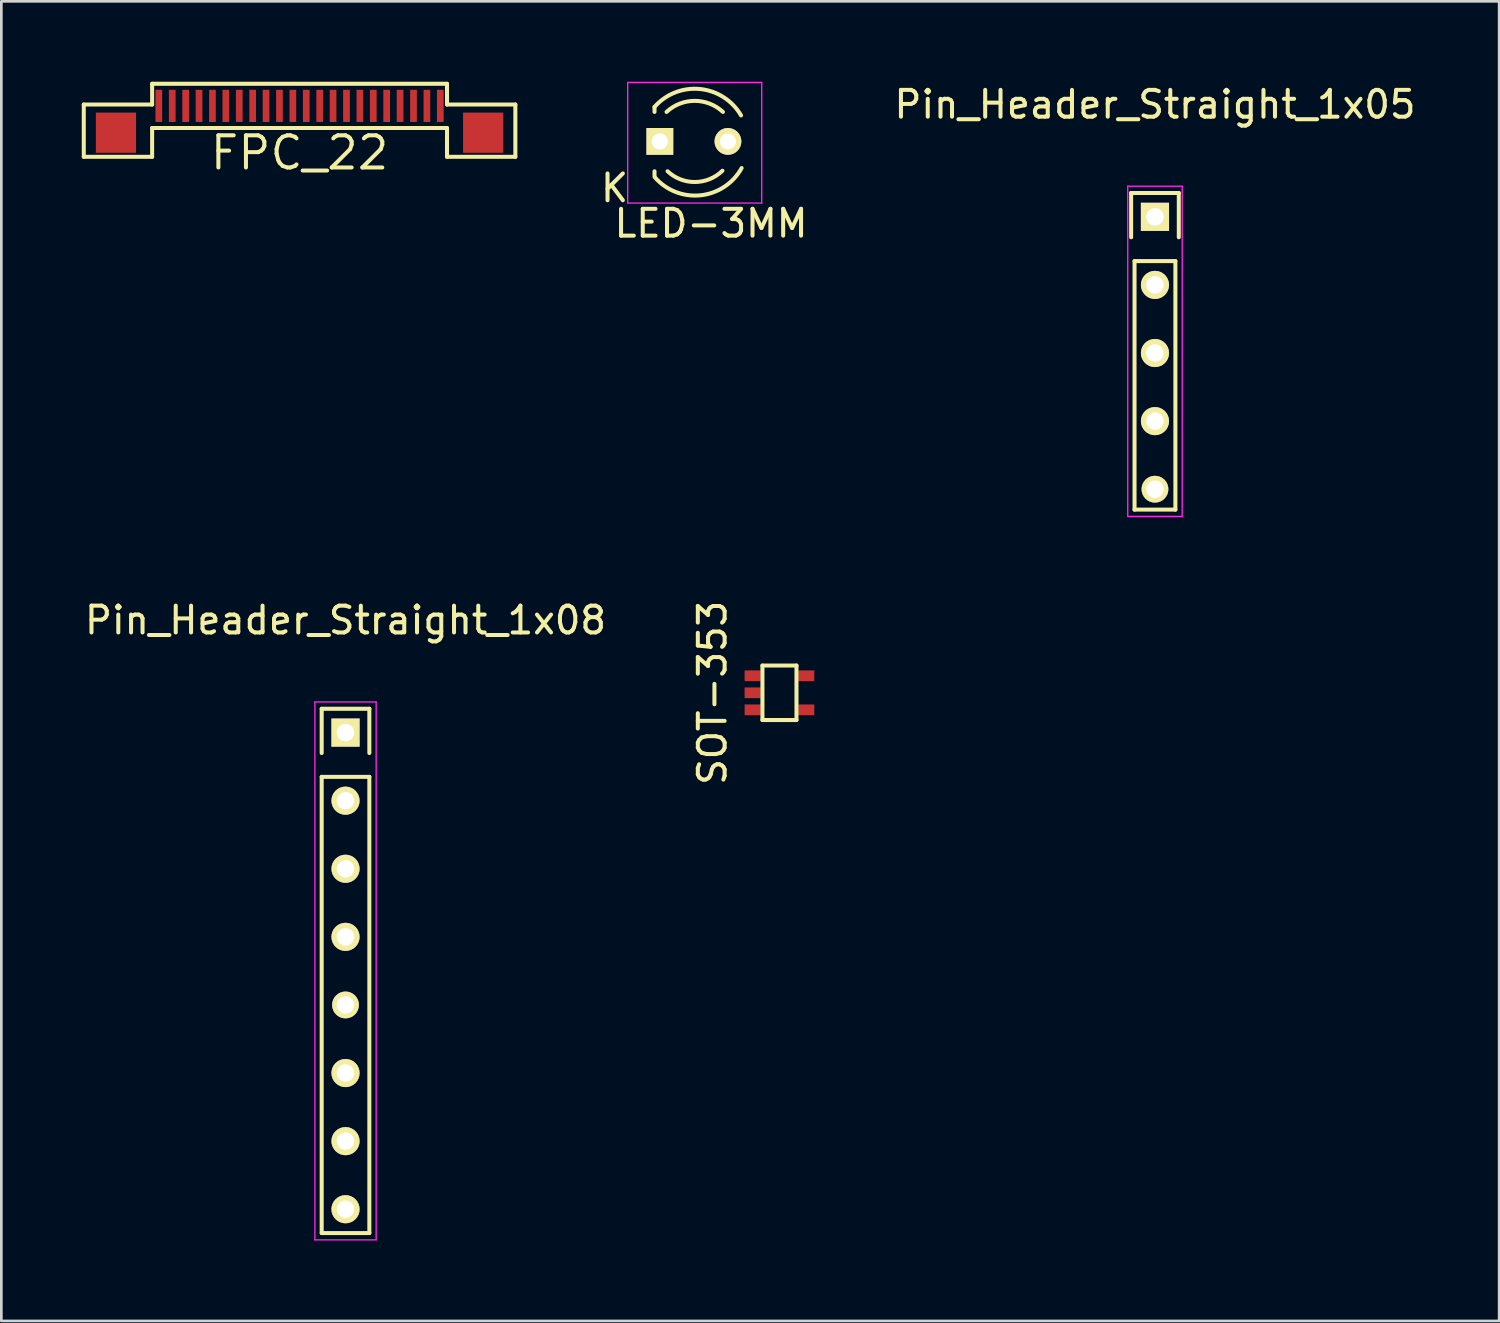
<source format=kicad_pcb>
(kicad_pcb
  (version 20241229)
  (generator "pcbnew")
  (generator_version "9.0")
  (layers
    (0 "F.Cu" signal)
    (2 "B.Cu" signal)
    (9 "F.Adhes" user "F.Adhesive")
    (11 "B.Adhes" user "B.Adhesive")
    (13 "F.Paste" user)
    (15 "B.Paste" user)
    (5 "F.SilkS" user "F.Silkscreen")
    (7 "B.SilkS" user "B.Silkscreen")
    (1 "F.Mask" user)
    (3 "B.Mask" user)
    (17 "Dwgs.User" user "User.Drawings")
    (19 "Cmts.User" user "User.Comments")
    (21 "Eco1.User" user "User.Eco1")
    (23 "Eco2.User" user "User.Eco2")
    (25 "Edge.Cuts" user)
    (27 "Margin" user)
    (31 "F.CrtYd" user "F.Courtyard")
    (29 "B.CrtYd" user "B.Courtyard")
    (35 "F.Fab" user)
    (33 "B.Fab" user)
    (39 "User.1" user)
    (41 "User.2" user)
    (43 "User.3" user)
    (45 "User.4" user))
  (footprint "SOT-353"
    (layer "F.Cu")
    (at 26.027 22.794)
    (property "Reference" "SOT-353" (at -2.5 0 90) (layer "F.SilkS") (effects (font (size 1 1) (thickness 0.15))))
    (attr smd)
    (fp_line (start -0.635 -1.016) (end -0.635 1.016) (stroke (width 0.15) (type solid)) (layer "F.SilkS"))
    (fp_line (start -0.635 1.016) (end 0.635 1.016) (stroke (width 0.15) (type solid)) (layer "F.SilkS"))
    (fp_line (start 0.635 -1.016) (end -0.635 -1.016) (stroke (width 0.15) (type solid)) (layer "F.SilkS"))
    (fp_line (start 0.635 1.016) (end 0.635 -1.016) (stroke (width 0.15) (type solid)) (layer "F.SilkS"))
    (pad "1" smd rect (at -1 -0.635) (size 0.6 0.4) (layers "F.Cu" "F.Mask" "F.Paste"))
    (pad "2" smd rect (at -1 0) (size 0.6 0.4) (layers "F.Cu" "F.Mask" "F.Paste"))
    (pad "3" smd rect (at -1 0.635) (size 0.6 0.4) (layers "F.Cu" "F.Mask" "F.Paste"))
    (pad "4" smd rect (at 1 0.635) (size 0.6 0.4) (layers "F.Cu" "F.Mask" "F.Paste"))
    (pad "5" smd rect (at 1 -0.635) (size 0.6 0.4) (layers "F.Cu" "F.Mask" "F.Paste")))
  (footprint "Pin_Header_Straight_1x05"
    (layer "F.Cu")
    (at 40.035 5.039)
    (property "Reference" "Pin_Header_Straight_1x05" (at 0 -4.191 0) (layer "F.SilkS") (effects (font (size 1 1) (thickness 0.15))))
    (attr through_hole)
    (fp_line (start -0.889 -0.889) (end 0.889 -0.889) (stroke (width 0.15) (type solid)) (layer "F.SilkS"))
    (fp_line (start -0.889 0.762) (end -0.889 -0.889) (stroke (width 0.15) (type solid)) (layer "F.SilkS"))
    (fp_line (start -0.762 10.922) (end -0.762 1.651) (stroke (width 0.15) (type solid)) (layer "F.SilkS"))
    (fp_line (start 0.762 1.651) (end -0.762 1.651) (stroke (width 0.15) (type solid)) (layer "F.SilkS"))
    (fp_line (start 0.762 1.651) (end 0.762 10.922) (stroke (width 0.15) (type solid)) (layer "F.SilkS"))
    (fp_line (start 0.762 10.922) (end -0.762 10.922) (stroke (width 0.15) (type solid)) (layer "F.SilkS"))
    (fp_line (start 0.889 -0.889) (end 0.889 0.762) (stroke (width 0.15) (type solid)) (layer "F.SilkS"))
    (fp_line (start -1.016 -1.143) (end -1.016 11.176) (stroke (width 0.05) (type solid)) (layer "F.CrtYd"))
    (fp_line (start -1.016 -1.143) (end 1.016 -1.143) (stroke (width 0.05) (type solid)) (layer "F.CrtYd"))
    (fp_line (start -1.016 11.176) (end 1.016 11.176) (stroke (width 0.05) (type solid)) (layer "F.CrtYd"))
    (fp_line (start 1.016 -1.143) (end 1.016 11.176) (stroke (width 0.05) (type solid)) (layer "F.CrtYd"))
    (pad "1" thru_hole rect (at 0 0) (size 1.05 1.05) (drill 0.65) (layers "*.Cu" "*.Mask" "F.SilkS"))
    (pad "2" thru_hole circle (at 0 2.54) (size 1.05 1.05) (drill 0.65) (layers "*.Cu" "*.Mask" "F.SilkS"))
    (pad "3" thru_hole circle (at 0 5.08) (size 1.05 1.05) (drill 0.65) (layers "*.Cu" "*.Mask" "F.SilkS"))
    (pad "4" thru_hole circle (at 0 7.62) (size 1.05 1.05) (drill 0.65) (layers "*.Cu" "*.Mask" "F.SilkS"))
    (pad "5" thru_hole circle (at 0 10.16) (size 1 1) (drill 0.65) (layers "*.Cu" "*.Mask" "F.SilkS")))
  (footprint "LED-3MM"
    (layer "F.Cu")
    (at 21.565 2.225)
    (property "Reference" "LED-3MM" (at 1.91 3.06 0) (layer "F.SilkS") (effects (font (size 1 1) (thickness 0.15))))
    (attr through_hole)
    (fp_line (start -0.199 -1.28) (end -0.199 -1.1) (stroke (width 0.15) (type solid)) (layer "F.SilkS"))
    (fp_line (start -0.199 1.314) (end -0.199 1.114) (stroke (width 0.15) (type solid)) (layer "F.SilkS"))
    (fp_arc (start -0.199 -1.286) (mid 1.495903 -1.954571) (end 3.028744 -0.969643) (stroke (width 0.15) (type solid)) (layer "F.SilkS"))
    (fp_arc (start 0.25 -1.1) (mid 1.301686 -1.512142) (end 2.353005 -1.099067) (stroke (width 0.15) (type solid)) (layer "F.SilkS"))
    (fp_arc (start 2.335 1.094) (mid 1.31492 1.51473) (end 0.287111 1.113252) (stroke (width 0.15) (type solid)) (layer "F.SilkS"))
    (fp_arc (start 3.051 0.994) (mid 1.522637 2.009958) (end -0.18622 1.340726) (stroke (width 0.15) (type solid)) (layer "F.SilkS"))
    (fp_line (start -1.2 -2.2) (end -1.2 2.3) (stroke (width 0.05) (type solid)) (layer "F.CrtYd"))
    (fp_line (start -1.2 2.3) (end 3.8 2.3) (stroke (width 0.05) (type solid)) (layer "F.CrtYd"))
    (fp_line (start 3.8 -2.2) (end -1.2 -2.2) (stroke (width 0.05) (type solid)) (layer "F.CrtYd"))
    (fp_line (start 3.8 2.3) (end 3.8 -2.2) (stroke (width 0.05) (type solid)) (layer "F.CrtYd"))
    (fp_text user "K" (at -1.69 1.74 0) (layer "F.SilkS") (effects (font (size 1 1) (thickness 0.15))))
    (pad "1" thru_hole rect (at 0 0 90) (size 1 1) (drill 0.6) (layers "*.Cu" "*.Mask" "F.SilkS"))
    (pad "2" thru_hole circle (at 2.54 0) (size 1 1) (drill 0.6) (layers "*.Cu" "*.Mask" "F.SilkS")))
  (footprint "Pin_Header_Straight_1x08"
    (layer "F.Cu")
    (at 9.839 24.279)
    (property "Reference" "Pin_Header_Straight_1x08" (at 0 -4.191 0) (layer "F.SilkS") (effects (font (size 1 1) (thickness 0.15))))
    (attr through_hole)
    (fp_line (start -0.889 -0.889) (end 0.889 -0.889) (stroke (width 0.15) (type solid)) (layer "F.SilkS"))
    (fp_line (start -0.889 0.762) (end -0.889 -0.889) (stroke (width 0.15) (type solid)) (layer "F.SilkS"))
    (fp_line (start -0.889 18.669) (end -0.889 1.651) (stroke (width 0.15) (type solid)) (layer "F.SilkS"))
    (fp_line (start 0.889 -0.889) (end 0.889 0.762) (stroke (width 0.15) (type solid)) (layer "F.SilkS"))
    (fp_line (start 0.889 1.651) (end -0.889 1.651) (stroke (width 0.15) (type solid)) (layer "F.SilkS"))
    (fp_line (start 0.889 1.651) (end 0.889 18.669) (stroke (width 0.15) (type solid)) (layer "F.SilkS"))
    (fp_line (start 0.889 18.669) (end -0.889 18.669) (stroke (width 0.15) (type solid)) (layer "F.SilkS"))
    (fp_line (start -1.143 -1.143) (end -1.143 18.923) (stroke (width 0.05) (type solid)) (layer "F.CrtYd"))
    (fp_line (start -1.143 -1.143) (end 1.143 -1.143) (stroke (width 0.05) (type solid)) (layer "F.CrtYd"))
    (fp_line (start -1.143 18.923) (end 1.143 18.923) (stroke (width 0.05) (type solid)) (layer "F.CrtYd"))
    (fp_line (start 1.143 -1.143) (end 1.143 18.923) (stroke (width 0.05) (type solid)) (layer "F.CrtYd"))
    (pad "1" thru_hole rect (at 0 0) (size 1.05 1.05) (drill 0.65) (layers "*.Cu" "*.Mask" "F.SilkS"))
    (pad "2" thru_hole circle (at 0 2.54) (size 1.05 1.05) (drill 0.65) (layers "*.Cu" "*.Mask" "F.SilkS"))
    (pad "3" thru_hole circle (at 0 5.08) (size 1.05 1.05) (drill 0.65) (layers "*.Cu" "*.Mask" "F.SilkS"))
    (pad "4" thru_hole circle (at 0 7.62) (size 1.05 1.05) (drill 0.65) (layers "*.Cu" "*.Mask" "F.SilkS"))
    (pad "5" thru_hole circle (at 0 10.16) (size 1 1) (drill 0.65) (layers "*.Cu" "*.Mask" "F.SilkS"))
    (pad "6" thru_hole circle (at 0 12.7) (size 1.05 1.05) (drill 0.65) (layers "*.Cu" "*.Mask" "F.SilkS"))
    (pad "7" thru_hole circle (at 0 15.24) (size 1.05 1.05) (drill 0.65) (layers "*.Cu" "*.Mask" "F.SilkS"))
    (pad "8" thru_hole circle (at 0 17.78) (size 1.05 1.05) (drill 0.65) (layers "*.Cu" "*.Mask" "F.SilkS")))
  (footprint "FPC_22"
    (layer "F.Cu")
    (at 8.125 0.9)
    (property "Reference" "FPC_22" (at 0 1.75 0) (layer "F.SilkS") (effects (font (size 1.2 1.2) (thickness 0.15))))
    (attr through_hole)
    (fp_line (start -8.05 -0.05) (end -5.5 -0.05) (stroke (width 0.15) (type solid)) (layer "F.SilkS"))
    (fp_line (start -8.05 1.9) (end -8.05 -0.05) (stroke (width 0.15) (type solid)) (layer "F.SilkS"))
    (fp_line (start -5.5 -0.825) (end 5.5 -0.825) (stroke (width 0.15) (type solid)) (layer "F.SilkS"))
    (fp_line (start -5.5 -0.05) (end -5.5 -0.825) (stroke (width 0.15) (type solid)) (layer "F.SilkS"))
    (fp_line (start -5.5 0.825) (end -5.5 1.9) (stroke (width 0.15) (type solid)) (layer "F.SilkS"))
    (fp_line (start -5.5 0.825) (end 5.5 0.825) (stroke (width 0.15) (type solid)) (layer "F.SilkS"))
    (fp_line (start -5.5 1.9) (end -8.05 1.9) (stroke (width 0.15) (type solid)) (layer "F.SilkS"))
    (fp_line (start 5.5 -0.05) (end 5.5 -0.825) (stroke (width 0.15) (type solid)) (layer "F.SilkS"))
    (fp_line (start 5.5 0.825) (end 5.5 1.9) (stroke (width 0.15) (type solid)) (layer "F.SilkS"))
    (fp_line (start 5.5 1.9) (end 8.05 1.9) (stroke (width 0.15) (type solid)) (layer "F.SilkS"))
    (fp_line (start 8.05 -0.05) (end 5.5 -0.05) (stroke (width 0.15) (type solid)) (layer "F.SilkS"))
    (fp_line (start 8.05 1.9) (end 8.05 -0.05) (stroke (width 0.15) (type solid)) (layer "F.SilkS"))
    (pad "0" smd rect (at -6.85 1) (size 1.5 1.5) (layers "F.Cu" "F.Mask" "F.Paste"))
    (pad "0" smd rect (at 6.85 1) (size 1.5 1.5) (layers "F.Cu" "F.Mask" "F.Paste"))
    (pad "1" smd rect (at -5.25 0) (size 0.25 1.2) (layers "F.Cu" "F.Mask" "F.Paste"))
    (pad "2" smd rect (at -4.75 0) (size 0.25 1.2) (layers "F.Cu" "F.Mask" "F.Paste"))
    (pad "3" smd rect (at -4.25 0) (size 0.25 1.2) (layers "F.Cu" "F.Mask" "F.Paste"))
    (pad "4" smd rect (at -3.75 0) (size 0.25 1.2) (layers "F.Cu" "F.Mask" "F.Paste"))
    (pad "5" smd rect (at -3.25 0) (size 0.25 1.2) (layers "F.Cu" "F.Mask" "F.Paste"))
    (pad "6" smd rect (at -2.75 0) (size 0.25 1.2) (layers "F.Cu" "F.Mask" "F.Paste"))
    (pad "7" smd rect (at -2.25 0) (size 0.25 1.2) (layers "F.Cu" "F.Mask" "F.Paste"))
    (pad "8" smd rect (at -1.75 0) (size 0.25 1.2) (layers "F.Cu" "F.Mask" "F.Paste"))
    (pad "9" smd rect (at -1.25 0) (size 0.25 1.2) (layers "F.Cu" "F.Mask" "F.Paste"))
    (pad "10" smd rect (at -0.75 0) (size 0.25 1.2) (layers "F.Cu" "F.Mask" "F.Paste"))
    (pad "11" smd rect (at -0.25 0) (size 0.25 1.2) (layers "F.Cu" "F.Mask" "F.Paste"))
    (pad "12" smd rect (at 0.25 0) (size 0.25 1.2) (layers "F.Cu" "F.Mask" "F.Paste"))
    (pad "13" smd rect (at 0.75 0) (size 0.25 1.2) (layers "F.Cu" "F.Mask" "F.Paste"))
    (pad "14" smd rect (at 1.25 0) (size 0.25 1.2) (layers "F.Cu" "F.Mask" "F.Paste"))
    (pad "15" smd rect (at 1.75 0) (size 0.25 1.2) (layers "F.Cu" "F.Mask" "F.Paste"))
    (pad "16" smd rect (at 2.25 0) (size 0.25 1.2) (layers "F.Cu" "F.Mask" "F.Paste"))
    (pad "17" smd rect (at 2.75 0) (size 0.25 1.2) (layers "F.Cu" "F.Mask" "F.Paste"))
    (pad "18" smd rect (at 3.25 0) (size 0.25 1.2) (layers "F.Cu" "F.Mask" "F.Paste"))
    (pad "19" smd rect (at 3.75 0) (size 0.25 1.2) (layers "F.Cu" "F.Mask" "F.Paste"))
    (pad "20" smd rect (at 4.25 0) (size 0.25 1.2) (layers "F.Cu" "F.Mask" "F.Paste"))
    (pad "21" smd rect (at 4.75 0) (size 0.25 1.2) (layers "F.Cu" "F.Mask" "F.Paste"))
    (pad "22" smd rect (at 5.25 0) (size 0.25 1.2) (layers "F.Cu" "F.Mask" "F.Paste")))
  (gr_rect
    (start -3 -3)
    (end 52.874 46.227)
    (stroke (width 0.1) (type default))
    (fill no)
    (layer "Edge.Cuts")))
</source>
